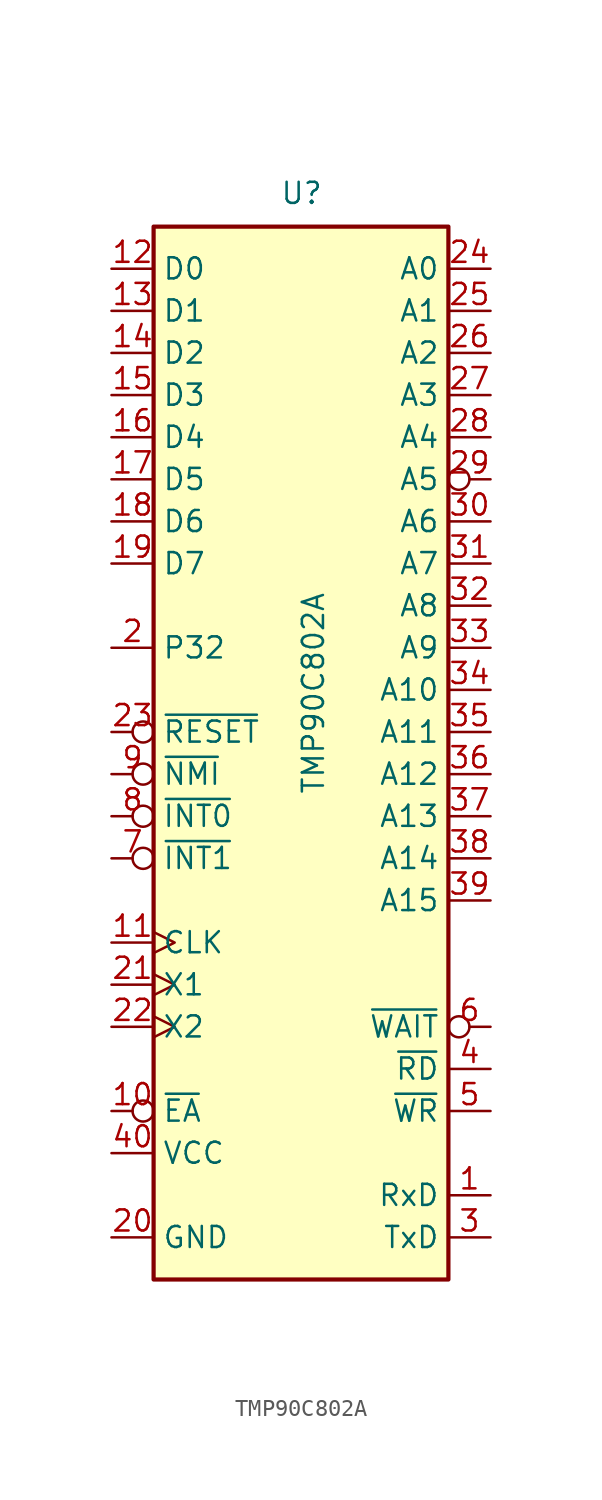
<source format=kicad_sym>
(kicad_symbol_lib
  (version 20220914)
  (generator kicad_symbol_editor)
  (symbol "TMP90C802A"
    (property "Reference" "U"
      (at -1.27 31.75 0)
      (effects (font (size 1.27 1.27)) (justify left bottom)))
    (property "Value" "TMP90C802A"
      (at 0 -3.81 90)
      (effects (font (size 1.27 1.27)) (justify left top)))
    (symbol "TMP90C802A_0_1"
      (rectangle (start -8.89 -33.02) (end 8.89 30.48) (stroke (width 0.254) (type default)) (fill (type background))))
    (symbol "TMP90C802A_1_1"
      (pin input line (at 11.43 -27.94 180) (length 2.54) (name "RxD" (effects (font (size 1.27 1.27)))) (number "1" (effects (font (size 1.27 1.27)))))
      (pin input inverted (at -11.43 -22.86 0) (length 2.54) (name "~{EA}" (effects (font (size 1.27 1.27)))) (number "10" (effects (font (size 1.27 1.27)))))
      (pin output clock (at -11.43 -12.7 0) (length 2.54) (name "CLK" (effects (font (size 1.27 1.27)))) (number "11" (effects (font (size 1.27 1.27)))))
      (pin bidirectional line (at -11.43 27.94 0) (length 2.54) (name "D0" (effects (font (size 1.27 1.27)))) (number "12" (effects (font (size 1.27 1.27)))))
      (pin bidirectional line (at -11.43 25.4 0) (length 2.54) (name "D1" (effects (font (size 1.27 1.27)))) (number "13" (effects (font (size 1.27 1.27)))))
      (pin bidirectional line (at -11.43 22.86 0) (length 2.54) (name "D2" (effects (font (size 1.27 1.27)))) (number "14" (effects (font (size 1.27 1.27)))))
      (pin bidirectional line (at -11.43 20.32 0) (length 2.54) (name "D3" (effects (font (size 1.27 1.27)))) (number "15" (effects (font (size 1.27 1.27)))))
      (pin bidirectional line (at -11.43 17.78 0) (length 2.54) (name "D4" (effects (font (size 1.27 1.27)))) (number "16" (effects (font (size 1.27 1.27)))))
      (pin bidirectional line (at -11.43 15.24 0) (length 2.54) (name "D5" (effects (font (size 1.27 1.27)))) (number "17" (effects (font (size 1.27 1.27)))))
      (pin bidirectional line (at -11.43 12.7 0) (length 2.54) (name "D6" (effects (font (size 1.27 1.27)))) (number "18" (effects (font (size 1.27 1.27)))))
      (pin bidirectional line (at -11.43 10.16 0) (length 2.54) (name "D7" (effects (font (size 1.27 1.27)))) (number "19" (effects (font (size 1.27 1.27)))))
      (pin bidirectional line (at -11.43 5.08 0) (length 2.54) (name "P32" (effects (font (size 1.27 1.27)))) (number "2" (effects (font (size 1.27 1.27)))))
      (pin power_in line (at -11.43 -30.48 0) (length 2.54) (name "GND" (effects (font (size 1.27 1.27)))) (number "20" (effects (font (size 1.27 1.27)))))
      (pin input clock (at -11.43 -15.24 0) (length 2.54) (name "X1" (effects (font (size 1.27 1.27)))) (number "21" (effects (font (size 1.27 1.27)))))
      (pin passive clock (at -11.43 -17.78 0) (length 2.54) (name "X2" (effects (font (size 1.27 1.27)))) (number "22" (effects (font (size 1.27 1.27)))))
      (pin input inverted (at -11.43 0 0) (length 2.54) (name "~{RESET}" (effects (font (size 1.27 1.27)))) (number "23" (effects (font (size 1.27 1.27)))))
      (pin output line (at 11.43 27.94 180) (length 2.54) (name "A0" (effects (font (size 1.27 1.27)))) (number "24" (effects (font (size 1.27 1.27)))))
      (pin output line (at 11.43 25.4 180) (length 2.54) (name "A1" (effects (font (size 1.27 1.27)))) (number "25" (effects (font (size 1.27 1.27)))))
      (pin output line (at 11.43 22.86 180) (length 2.54) (name "A2" (effects (font (size 1.27 1.27)))) (number "26" (effects (font (size 1.27 1.27)))))
      (pin output line (at 11.43 20.32 180) (length 2.54) (name "A3" (effects (font (size 1.27 1.27)))) (number "27" (effects (font (size 1.27 1.27)))))
      (pin output line (at 11.43 17.78 180) (length 2.54) (name "A4" (effects (font (size 1.27 1.27)))) (number "28" (effects (font (size 1.27 1.27)))))
      (pin output inverted (at 11.43 15.24 180) (length 2.54) (name "A5" (effects (font (size 1.27 1.27)))) (number "29" (effects (font (size 1.27 1.27)))))
      (pin output line (at 11.43 -30.48 180) (length 2.54) (name "TxD" (effects (font (size 1.27 1.27)))) (number "3" (effects (font (size 1.27 1.27)))))
      (pin output line (at 11.43 12.7 180) (length 2.54) (name "A6" (effects (font (size 1.27 1.27)))) (number "30" (effects (font (size 1.27 1.27)))))
      (pin output line (at 11.43 10.16 180) (length 2.54) (name "A7" (effects (font (size 1.27 1.27)))) (number "31" (effects (font (size 1.27 1.27)))))
      (pin output line (at 11.43 7.62 180) (length 2.54) (name "A8" (effects (font (size 1.27 1.27)))) (number "32" (effects (font (size 1.27 1.27)))))
      (pin output line (at 11.43 5.08 180) (length 2.54) (name "A9" (effects (font (size 1.27 1.27)))) (number "33" (effects (font (size 1.27 1.27)))))
      (pin output line (at 11.43 2.54 180) (length 2.54) (name "A10" (effects (font (size 1.27 1.27)))) (number "34" (effects (font (size 1.27 1.27)))))
      (pin output line (at 11.43 0 180) (length 2.54) (name "A11" (effects (font (size 1.27 1.27)))) (number "35" (effects (font (size 1.27 1.27)))))
      (pin output line (at 11.43 -2.54 180) (length 2.54) (name "A12" (effects (font (size 1.27 1.27)))) (number "36" (effects (font (size 1.27 1.27)))))
      (pin output line (at 11.43 -5.08 180) (length 2.54) (name "A13" (effects (font (size 1.27 1.27)))) (number "37" (effects (font (size 1.27 1.27)))))
      (pin output line (at 11.43 -7.62 180) (length 2.54) (name "A14" (effects (font (size 1.27 1.27)))) (number "38" (effects (font (size 1.27 1.27)))))
      (pin output line (at 11.43 -10.16 180) (length 2.54) (name "A15" (effects (font (size 1.27 1.27)))) (number "39" (effects (font (size 1.27 1.27)))))
      (pin output line (at 11.43 -20.32 180) (length 2.54) (name "~{RD}" (effects (font (size 1.27 1.27)))) (number "4" (effects (font (size 1.27 1.27)))))
      (pin power_in line (at -11.43 -25.4 0) (length 2.54) (name "VCC" (effects (font (size 1.27 1.27)))) (number "40" (effects (font (size 1.27 1.27)))))
      (pin output line (at 11.43 -22.86 180) (length 2.54) (name "~{WR}" (effects (font (size 1.27 1.27)))) (number "5" (effects (font (size 1.27 1.27)))))
      (pin input inverted (at 11.43 -17.78 180) (length 2.54) (name "~{WAIT}" (effects (font (size 1.27 1.27)))) (number "6" (effects (font (size 1.27 1.27)))))
      (pin input inverted (at -11.43 -7.62 0) (length 2.54) (name "~{INT1}" (effects (font (size 1.27 1.27)))) (number "7" (effects (font (size 1.27 1.27)))))
      (pin input inverted (at -11.43 -5.08 0) (length 2.54) (name "~{INT0}" (effects (font (size 1.27 1.27)))) (number "8" (effects (font (size 1.27 1.27)))))
      (pin input inverted (at -11.43 -2.54 0) (length 2.54) (name "~{NMI}" (effects (font (size 1.27 1.27)))) (number "9" (effects (font (size 1.27 1.27))))))))
</source>
